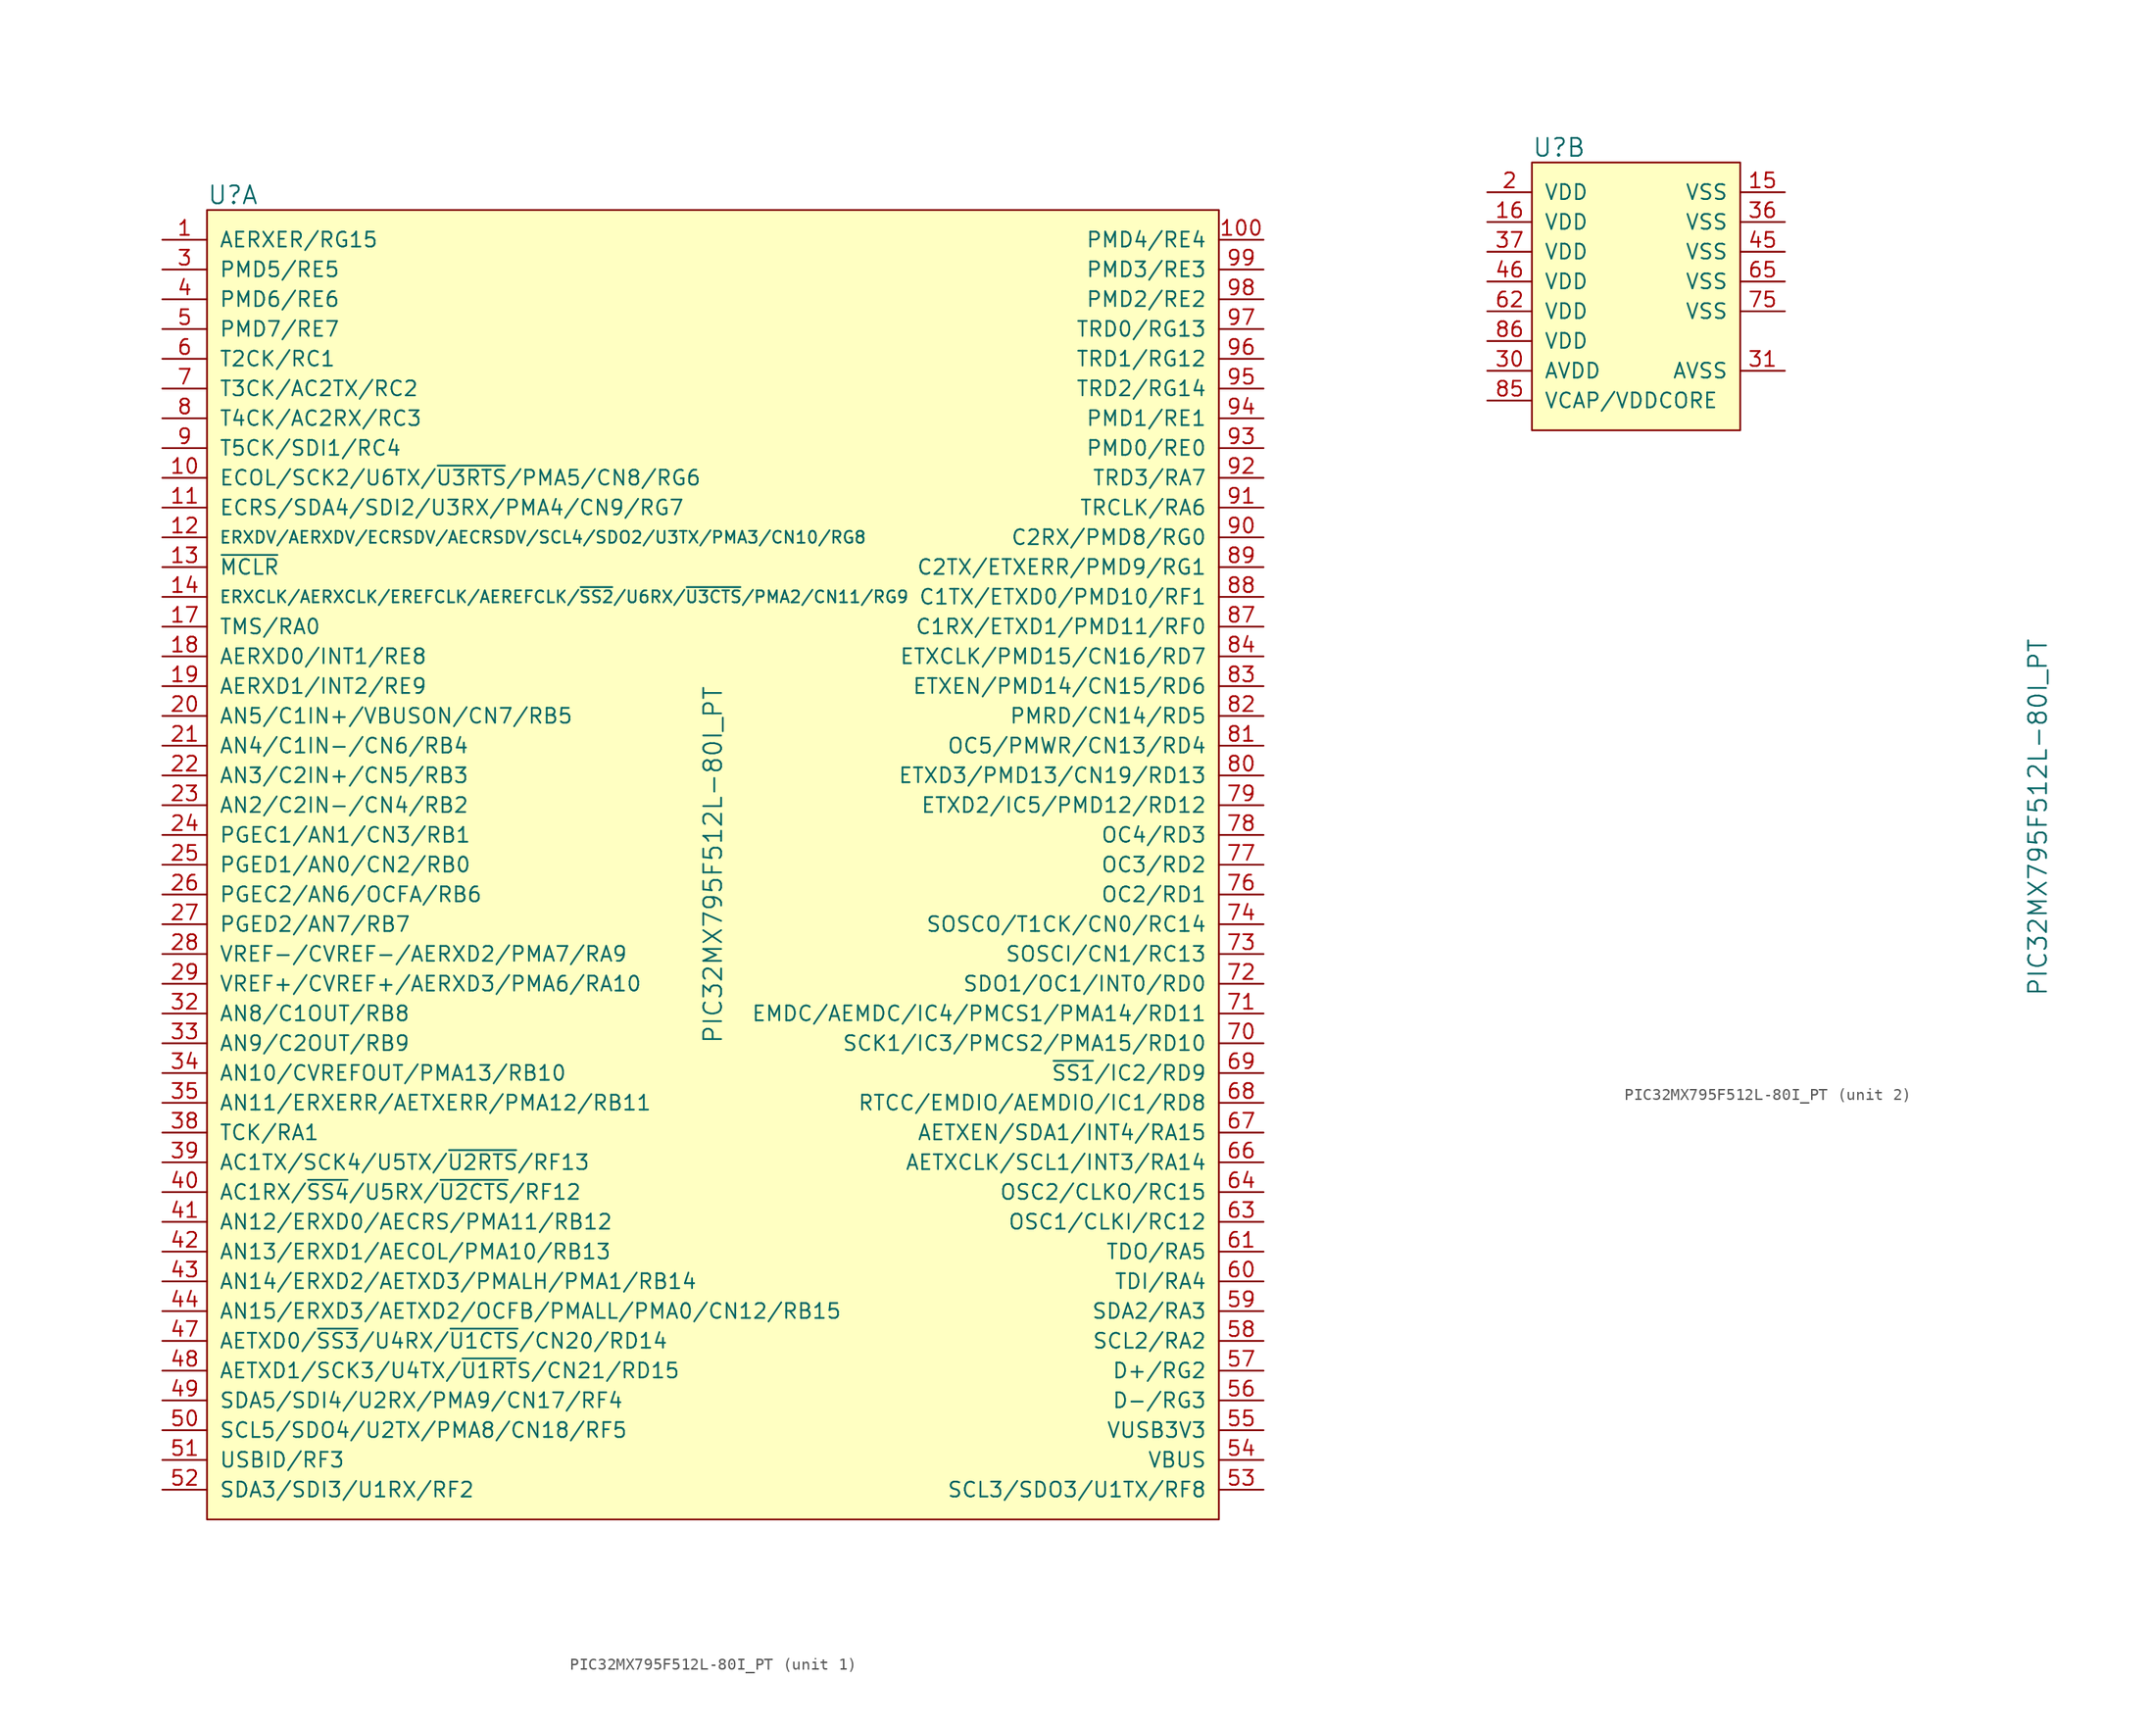
<source format=kicad_sym>
(kicad_symbol_lib
  (version 20201005)
  (generator kicad_symbol_editor)
  (symbol "PIC32MX795F512L-80I_PT"
    (pin_names
      (offset 1.016))
    (property "Reference" "U"
      (at 1.27 1.27 0)
      (effects (font (size 1.524 1.524)) (justify left)))
    (property "Value" "PIC32MX795F512L-80I_PT"
      (at 44.45 -55.88 90)
      (effects (font (size 1.524 1.524))))
    (property "ki_locked" ""
      (at 0 0 0)
      (effects (font (size 1.27 1.27))))
    (symbol "PIC32MX795F512L-80I_PT_1_1"
      (rectangle (start 1.27 0) (end 87.63 -111.76) (stroke (width 0)) (fill (type background)))
      (pin bidirectional line (at -2.54 -2.54 0) (length 3.81) (name "AERXER/RG15" (effects (font (size 1.27 1.27)))) (number "1" (effects (font (size 1.27 1.27)))))
      (pin bidirectional line (at -2.54 -5.08 0) (length 3.81) (name "PMD5/RE5" (effects (font (size 1.27 1.27)))) (number "3" (effects (font (size 1.27 1.27)))))
      (pin bidirectional line (at -2.54 -7.62 0) (length 3.81) (name "PMD6/RE6" (effects (font (size 1.27 1.27)))) (number "4" (effects (font (size 1.27 1.27)))))
      (pin bidirectional line (at -2.54 -10.16 0) (length 3.81) (name "PMD7/RE7" (effects (font (size 1.27 1.27)))) (number "5" (effects (font (size 1.27 1.27)))))
      (pin bidirectional line (at -2.54 -12.7 0) (length 3.81) (name "T2CK/RC1" (effects (font (size 1.27 1.27)))) (number "6" (effects (font (size 1.27 1.27)))))
      (pin bidirectional line (at -2.54 -15.24 0) (length 3.81) (name "T3CK/AC2TX/RC2" (effects (font (size 1.27 1.27)))) (number "7" (effects (font (size 1.27 1.27)))))
      (pin bidirectional line (at -2.54 -17.78 0) (length 3.81) (name "T4CK/AC2RX/RC3" (effects (font (size 1.27 1.27)))) (number "8" (effects (font (size 1.27 1.27)))))
      (pin bidirectional line (at -2.54 -20.32 0) (length 3.81) (name "T5CK/SDI1/RC4" (effects (font (size 1.27 1.27)))) (number "9" (effects (font (size 1.27 1.27)))))
      (pin bidirectional line (at -2.54 -22.86 0) (length 3.81) (name "ECOL/SCK2/U6TX/~U3RTS~/PMA5/CN8/RG6" (effects (font (size 1.27 1.27)))) (number "10" (effects (font (size 1.27 1.27)))))
      (pin bidirectional line (at -2.54 -43.18 0) (length 3.81) (name "AN5/C1IN+/VBUSON/CN7/RB5" (effects (font (size 1.27 1.27)))) (number "20" (effects (font (size 1.27 1.27)))))
      (pin bidirectional line (at -2.54 -83.82 0) (length 3.81) (name "AC1RX/~SS4~/U5RX/~U2CTS~/RF12" (effects (font (size 1.27 1.27)))) (number "40" (effects (font (size 1.27 1.27)))))
      (pin bidirectional line (at -2.54 -104.14 0) (length 3.81) (name "SCL5/SDO4/U2TX/PMA8/CN18/RF5" (effects (font (size 1.27 1.27)))) (number "50" (effects (font (size 1.27 1.27)))))
      (pin bidirectional line (at 91.44 -91.44 180) (length 3.81) (name "TDI/RA4" (effects (font (size 1.27 1.27)))) (number "60" (effects (font (size 1.27 1.27)))))
      (pin bidirectional line (at 91.44 -71.12 180) (length 3.81) (name "SCK1/IC3/PMCS2/PMA15/RD10" (effects (font (size 1.27 1.27)))) (number "70" (effects (font (size 1.27 1.27)))))
      (pin bidirectional line (at 91.44 -48.26 180) (length 3.81) (name "ETXD3/PMD13/CN19/RD13" (effects (font (size 1.27 1.27)))) (number "80" (effects (font (size 1.27 1.27)))))
      (pin bidirectional line (at 91.44 -27.94 180) (length 3.81) (name "C2RX/PMD8/RG0" (effects (font (size 1.27 1.27)))) (number "90" (effects (font (size 1.27 1.27)))))
      (pin bidirectional line (at -2.54 -25.4 0) (length 3.81) (name "ECRS/SDA4/SDI2/U3RX/PMA4/CN9/RG7" (effects (font (size 1.27 1.27)))) (number "11" (effects (font (size 1.27 1.27)))))
      (pin bidirectional line (at -2.54 -45.72 0) (length 3.81) (name "AN4/C1IN-/CN6/RB4" (effects (font (size 1.27 1.27)))) (number "21" (effects (font (size 1.27 1.27)))))
      (pin bidirectional line (at -2.54 -86.36 0) (length 3.81) (name "AN12/ERXD0/AECRS/PMA11/RB12" (effects (font (size 1.27 1.27)))) (number "41" (effects (font (size 1.27 1.27)))))
      (pin bidirectional line (at -2.54 -106.68 0) (length 3.81) (name "USBID/RF3" (effects (font (size 1.27 1.27)))) (number "51" (effects (font (size 1.27 1.27)))))
      (pin bidirectional line (at 91.44 -88.9 180) (length 3.81) (name "TDO/RA5" (effects (font (size 1.27 1.27)))) (number "61" (effects (font (size 1.27 1.27)))))
      (pin bidirectional line (at 91.44 -68.58 180) (length 3.81) (name "EMDC/AEMDC/IC4/PMCS1/PMA14/RD11" (effects (font (size 1.27 1.27)))) (number "71" (effects (font (size 1.27 1.27)))))
      (pin bidirectional line (at 91.44 -45.72 180) (length 3.81) (name "OC5/PMWR/CN13/RD4" (effects (font (size 1.27 1.27)))) (number "81" (effects (font (size 1.27 1.27)))))
      (pin bidirectional line (at 91.44 -25.4 180) (length 3.81) (name "TRCLK/RA6" (effects (font (size 1.27 1.27)))) (number "91" (effects (font (size 1.27 1.27)))))
      (pin bidirectional line (at -2.54 -27.94 0) (length 3.81) (name "ERXDV/AERXDV/ECRSDV/AECRSDV/SCL4/SDO2/U3TX/PMA3/CN10/RG8" (effects (font (size 1.016 1.016)))) (number "12" (effects (font (size 1.27 1.27)))))
      (pin bidirectional line (at -2.54 -48.26 0) (length 3.81) (name "AN3/C2IN+/CN5/RB3" (effects (font (size 1.27 1.27)))) (number "22" (effects (font (size 1.27 1.27)))))
      (pin bidirectional line (at -2.54 -68.58 0) (length 3.81) (name "AN8/C1OUT/RB8" (effects (font (size 1.27 1.27)))) (number "32" (effects (font (size 1.27 1.27)))))
      (pin bidirectional line (at -2.54 -88.9 0) (length 3.81) (name "AN13/ERXD1/AECOL/PMA10/RB13" (effects (font (size 1.27 1.27)))) (number "42" (effects (font (size 1.27 1.27)))))
      (pin bidirectional line (at -2.54 -109.22 0) (length 3.81) (name "SDA3/SDI3/U1RX/RF2" (effects (font (size 1.27 1.27)))) (number "52" (effects (font (size 1.27 1.27)))))
      (pin bidirectional line (at 91.44 -66.04 180) (length 3.81) (name "SDO1/OC1/INT0/RD0" (effects (font (size 1.27 1.27)))) (number "72" (effects (font (size 1.27 1.27)))))
      (pin bidirectional line (at 91.44 -43.18 180) (length 3.81) (name "PMRD/CN14/RD5" (effects (font (size 1.27 1.27)))) (number "82" (effects (font (size 1.27 1.27)))))
      (pin bidirectional line (at 91.44 -22.86 180) (length 3.81) (name "TRD3/RA7" (effects (font (size 1.27 1.27)))) (number "92" (effects (font (size 1.27 1.27)))))
      (pin input line (at -2.54 -30.48 0) (length 3.81) (name "~MCLR" (effects (font (size 1.27 1.27)))) (number "13" (effects (font (size 1.27 1.27)))))
      (pin bidirectional line (at -2.54 -50.8 0) (length 3.81) (name "AN2/C2IN-/CN4/RB2" (effects (font (size 1.27 1.27)))) (number "23" (effects (font (size 1.27 1.27)))))
      (pin bidirectional line (at -2.54 -71.12 0) (length 3.81) (name "AN9/C2OUT/RB9" (effects (font (size 1.27 1.27)))) (number "33" (effects (font (size 1.27 1.27)))))
      (pin bidirectional line (at -2.54 -91.44 0) (length 3.81) (name "AN14/ERXD2/AETXD3/PMALH/PMA1/RB14" (effects (font (size 1.27 1.27)))) (number "43" (effects (font (size 1.27 1.27)))))
      (pin bidirectional line (at 91.44 -109.22 180) (length 3.81) (name "SCL3/SDO3/U1TX/RF8" (effects (font (size 1.27 1.27)))) (number "53" (effects (font (size 1.27 1.27)))))
      (pin bidirectional line (at 91.44 -86.36 180) (length 3.81) (name "OSC1/CLKI/RC12" (effects (font (size 1.27 1.27)))) (number "63" (effects (font (size 1.27 1.27)))))
      (pin bidirectional line (at 91.44 -63.5 180) (length 3.81) (name "SOSCI/CN1/RC13" (effects (font (size 1.27 1.27)))) (number "73" (effects (font (size 1.27 1.27)))))
      (pin bidirectional line (at 91.44 -40.64 180) (length 3.81) (name "ETXEN/PMD14/CN15/RD6" (effects (font (size 1.27 1.27)))) (number "83" (effects (font (size 1.27 1.27)))))
      (pin bidirectional line (at 91.44 -20.32 180) (length 3.81) (name "PMD0/RE0" (effects (font (size 1.27 1.27)))) (number "93" (effects (font (size 1.27 1.27)))))
      (pin bidirectional line (at -2.54 -33.02 0) (length 3.81) (name "ERXCLK/AERXCLK/EREFCLK/AEREFCLK/~SS2~/U6RX/~U3CTS~/PMA2/CN11/RG9" (effects (font (size 1.016 1.016)))) (number "14" (effects (font (size 1.27 1.27)))))
      (pin bidirectional line (at -2.54 -53.34 0) (length 3.81) (name "PGEC1/AN1/CN3/RB1" (effects (font (size 1.27 1.27)))) (number "24" (effects (font (size 1.27 1.27)))))
      (pin bidirectional line (at -2.54 -73.66 0) (length 3.81) (name "AN10/CVREFOUT/PMA13/RB10" (effects (font (size 1.27 1.27)))) (number "34" (effects (font (size 1.27 1.27)))))
      (pin bidirectional line (at -2.54 -93.98 0) (length 3.81) (name "AN15/ERXD3/AETXD2/OCFB/PMALL/PMA0/CN12/RB15" (effects (font (size 1.27 1.27)))) (number "44" (effects (font (size 1.27 1.27)))))
      (pin bidirectional line (at 91.44 -106.68 180) (length 3.81) (name "VBUS" (effects (font (size 1.27 1.27)))) (number "54" (effects (font (size 1.27 1.27)))))
      (pin bidirectional line (at 91.44 -83.82 180) (length 3.81) (name "OSC2/CLKO/RC15" (effects (font (size 1.27 1.27)))) (number "64" (effects (font (size 1.27 1.27)))))
      (pin bidirectional line (at 91.44 -60.96 180) (length 3.81) (name "SOSCO/T1CK/CN0/RC14" (effects (font (size 1.27 1.27)))) (number "74" (effects (font (size 1.27 1.27)))))
      (pin bidirectional line (at 91.44 -38.1 180) (length 3.81) (name "ETXCLK/PMD15/CN16/RD7" (effects (font (size 1.27 1.27)))) (number "84" (effects (font (size 1.27 1.27)))))
      (pin bidirectional line (at 91.44 -17.78 180) (length 3.81) (name "PMD1/RE1" (effects (font (size 1.27 1.27)))) (number "94" (effects (font (size 1.27 1.27)))))
      (pin bidirectional line (at -2.54 -55.88 0) (length 3.81) (name "PGED1/AN0/CN2/RB0" (effects (font (size 1.27 1.27)))) (number "25" (effects (font (size 1.27 1.27)))))
      (pin bidirectional line (at -2.54 -76.2 0) (length 3.81) (name "AN11/ERXERR/AETXERR/PMA12/RB11" (effects (font (size 1.27 1.27)))) (number "35" (effects (font (size 1.27 1.27)))))
      (pin input line (at 91.44 -104.14 180) (length 3.81) (name "VUSB3V3" (effects (font (size 1.27 1.27)))) (number "55" (effects (font (size 1.27 1.27)))))
      (pin bidirectional line (at 91.44 -15.24 180) (length 3.81) (name "TRD2/RG14" (effects (font (size 1.27 1.27)))) (number "95" (effects (font (size 1.27 1.27)))))
      (pin bidirectional line (at -2.54 -58.42 0) (length 3.81) (name "PGEC2/AN6/OCFA/RB6" (effects (font (size 1.27 1.27)))) (number "26" (effects (font (size 1.27 1.27)))))
      (pin bidirectional line (at 91.44 -101.6 180) (length 3.81) (name "D-/RG3" (effects (font (size 1.27 1.27)))) (number "56" (effects (font (size 1.27 1.27)))))
      (pin bidirectional line (at 91.44 -81.28 180) (length 3.81) (name "AETXCLK/SCL1/INT3/RA14" (effects (font (size 1.27 1.27)))) (number "66" (effects (font (size 1.27 1.27)))))
      (pin bidirectional line (at 91.44 -58.42 180) (length 3.81) (name "OC2/RD1" (effects (font (size 1.27 1.27)))) (number "76" (effects (font (size 1.27 1.27)))))
      (pin bidirectional line (at 91.44 -12.7 180) (length 3.81) (name "TRD1/RG12" (effects (font (size 1.27 1.27)))) (number "96" (effects (font (size 1.27 1.27)))))
      (pin bidirectional line (at -2.54 -35.56 0) (length 3.81) (name "TMS/RA0" (effects (font (size 1.27 1.27)))) (number "17" (effects (font (size 1.27 1.27)))))
      (pin bidirectional line (at -2.54 -60.96 0) (length 3.81) (name "PGED2/AN7/RB7" (effects (font (size 1.27 1.27)))) (number "27" (effects (font (size 1.27 1.27)))))
      (pin bidirectional line (at -2.54 -96.52 0) (length 3.81) (name "AETXD0/~SS3~/U4RX/~U1CTS~/CN20/RD14" (effects (font (size 1.27 1.27)))) (number "47" (effects (font (size 1.27 1.27)))))
      (pin bidirectional line (at 91.44 -99.06 180) (length 3.81) (name "D+/RG2" (effects (font (size 1.27 1.27)))) (number "57" (effects (font (size 1.27 1.27)))))
      (pin bidirectional line (at 91.44 -78.74 180) (length 3.81) (name "AETXEN/SDA1/INT4/RA15" (effects (font (size 1.27 1.27)))) (number "67" (effects (font (size 1.27 1.27)))))
      (pin bidirectional line (at 91.44 -55.88 180) (length 3.81) (name "OC3/RD2" (effects (font (size 1.27 1.27)))) (number "77" (effects (font (size 1.27 1.27)))))
      (pin bidirectional line (at 91.44 -35.56 180) (length 3.81) (name "C1RX/ETXD1/PMD11/RF0" (effects (font (size 1.27 1.27)))) (number "87" (effects (font (size 1.27 1.27)))))
      (pin bidirectional line (at 91.44 -10.16 180) (length 3.81) (name "TRD0/RG13" (effects (font (size 1.27 1.27)))) (number "97" (effects (font (size 1.27 1.27)))))
      (pin bidirectional line (at -2.54 -38.1 0) (length 3.81) (name "AERXD0/INT1/RE8" (effects (font (size 1.27 1.27)))) (number "18" (effects (font (size 1.27 1.27)))))
      (pin bidirectional line (at -2.54 -63.5 0) (length 3.81) (name "VREF-/CVREF-/AERXD2/PMA7/RA9" (effects (font (size 1.27 1.27)))) (number "28" (effects (font (size 1.27 1.27)))))
      (pin bidirectional line (at -2.54 -78.74 0) (length 3.81) (name "TCK/RA1" (effects (font (size 1.27 1.27)))) (number "38" (effects (font (size 1.27 1.27)))))
      (pin bidirectional line (at -2.54 -99.06 0) (length 3.81) (name "AETXD1/SCK3/U4TX/~U1RT~S/CN21/RD15" (effects (font (size 1.27 1.27)))) (number "48" (effects (font (size 1.27 1.27)))))
      (pin bidirectional line (at 91.44 -96.52 180) (length 3.81) (name "SCL2/RA2" (effects (font (size 1.27 1.27)))) (number "58" (effects (font (size 1.27 1.27)))))
      (pin bidirectional line (at 91.44 -76.2 180) (length 3.81) (name "RTCC/EMDIO/AEMDIO/IC1/RD8" (effects (font (size 1.27 1.27)))) (number "68" (effects (font (size 1.27 1.27)))))
      (pin bidirectional line (at 91.44 -53.34 180) (length 3.81) (name "OC4/RD3" (effects (font (size 1.27 1.27)))) (number "78" (effects (font (size 1.27 1.27)))))
      (pin bidirectional line (at 91.44 -33.02 180) (length 3.81) (name "C1TX/ETXD0/PMD10/RF1" (effects (font (size 1.27 1.27)))) (number "88" (effects (font (size 1.27 1.27)))))
      (pin bidirectional line (at 91.44 -7.62 180) (length 3.81) (name "PMD2/RE2" (effects (font (size 1.27 1.27)))) (number "98" (effects (font (size 1.27 1.27)))))
      (pin bidirectional line (at -2.54 -40.64 0) (length 3.81) (name "AERXD1/INT2/RE9" (effects (font (size 1.27 1.27)))) (number "19" (effects (font (size 1.27 1.27)))))
      (pin bidirectional line (at -2.54 -66.04 0) (length 3.81) (name "VREF+/CVREF+/AERXD3/PMA6/RA10" (effects (font (size 1.27 1.27)))) (number "29" (effects (font (size 1.27 1.27)))))
      (pin bidirectional line (at -2.54 -81.28 0) (length 3.81) (name "AC1TX/SCK4/U5TX/~U2RTS~/RF13" (effects (font (size 1.27 1.27)))) (number "39" (effects (font (size 1.27 1.27)))))
      (pin bidirectional line (at -2.54 -101.6 0) (length 3.81) (name "SDA5/SDI4/U2RX/PMA9/CN17/RF4" (effects (font (size 1.27 1.27)))) (number "49" (effects (font (size 1.27 1.27)))))
      (pin bidirectional line (at 91.44 -93.98 180) (length 3.81) (name "SDA2/RA3" (effects (font (size 1.27 1.27)))) (number "59" (effects (font (size 1.27 1.27)))))
      (pin bidirectional line (at 91.44 -73.66 180) (length 3.81) (name "~SS1~/IC2/RD9" (effects (font (size 1.27 1.27)))) (number "69" (effects (font (size 1.27 1.27)))))
      (pin bidirectional line (at 91.44 -50.8 180) (length 3.81) (name "ETXD2/IC5/PMD12/RD12" (effects (font (size 1.27 1.27)))) (number "79" (effects (font (size 1.27 1.27)))))
      (pin bidirectional line (at 91.44 -30.48 180) (length 3.81) (name "C2TX/ETXERR/PMD9/RG1" (effects (font (size 1.27 1.27)))) (number "89" (effects (font (size 1.27 1.27)))))
      (pin bidirectional line (at 91.44 -5.08 180) (length 3.81) (name "PMD3/RE3" (effects (font (size 1.27 1.27)))) (number "99" (effects (font (size 1.27 1.27)))))
      (pin bidirectional line (at 91.44 -2.54 180) (length 3.81) (name "PMD4/RE4" (effects (font (size 1.27 1.27)))) (number "100" (effects (font (size 1.27 1.27))))))
    (symbol "PIC32MX795F512L-80I_PT_2_1"
      (rectangle (start 1.27 0) (end 19.05 -22.86) (stroke (width 0)) (fill (type background)))
      (pin power_in line (at -2.54 -2.54 0) (length 3.81) (name "VDD" (effects (font (size 1.27 1.27)))) (number "2" (effects (font (size 1.27 1.27)))))
      (pin power_in line (at -2.54 -17.78 0) (length 3.81) (name "AVDD" (effects (font (size 1.27 1.27)))) (number "30" (effects (font (size 1.27 1.27)))))
      (pin power_in line (at 22.86 -17.78 180) (length 3.81) (name "AVSS" (effects (font (size 1.27 1.27)))) (number "31" (effects (font (size 1.27 1.27)))))
      (pin power_in line (at -2.54 -12.7 0) (length 3.81) (name "VDD" (effects (font (size 1.27 1.27)))) (number "62" (effects (font (size 1.27 1.27)))))
      (pin power_in line (at 22.86 -2.54 180) (length 3.81) (name "VSS" (effects (font (size 1.27 1.27)))) (number "15" (effects (font (size 1.27 1.27)))))
      (pin power_in line (at 22.86 -7.62 180) (length 3.81) (name "VSS" (effects (font (size 1.27 1.27)))) (number "45" (effects (font (size 1.27 1.27)))))
      (pin power_in line (at 22.86 -10.16 180) (length 3.81) (name "VSS" (effects (font (size 1.27 1.27)))) (number "65" (effects (font (size 1.27 1.27)))))
      (pin power_in line (at 22.86 -12.7 180) (length 3.81) (name "VSS" (effects (font (size 1.27 1.27)))) (number "75" (effects (font (size 1.27 1.27)))))
      (pin power_in line (at -2.54 -20.32 0) (length 3.81) (name "VCAP/VDDCORE" (effects (font (size 1.27 1.27)))) (number "85" (effects (font (size 1.27 1.27)))))
      (pin power_in line (at -2.54 -5.08 0) (length 3.81) (name "VDD" (effects (font (size 1.27 1.27)))) (number "16" (effects (font (size 1.27 1.27)))))
      (pin power_in line (at 22.86 -5.08 180) (length 3.81) (name "VSS" (effects (font (size 1.27 1.27)))) (number "36" (effects (font (size 1.27 1.27)))))
      (pin power_in line (at -2.54 -10.16 0) (length 3.81) (name "VDD" (effects (font (size 1.27 1.27)))) (number "46" (effects (font (size 1.27 1.27)))))
      (pin power_in line (at -2.54 -15.24 0) (length 3.81) (name "VDD" (effects (font (size 1.27 1.27)))) (number "86" (effects (font (size 1.27 1.27)))))
      (pin power_in line (at -2.54 -7.62 0) (length 3.81) (name "VDD" (effects (font (size 1.27 1.27)))) (number "37" (effects (font (size 1.27 1.27))))))))
</source>
